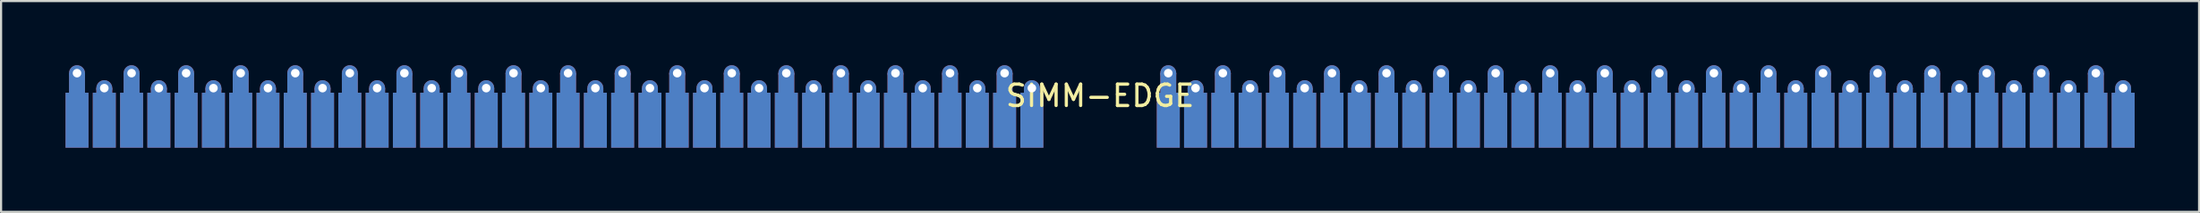
<source format=kicad_pcb>
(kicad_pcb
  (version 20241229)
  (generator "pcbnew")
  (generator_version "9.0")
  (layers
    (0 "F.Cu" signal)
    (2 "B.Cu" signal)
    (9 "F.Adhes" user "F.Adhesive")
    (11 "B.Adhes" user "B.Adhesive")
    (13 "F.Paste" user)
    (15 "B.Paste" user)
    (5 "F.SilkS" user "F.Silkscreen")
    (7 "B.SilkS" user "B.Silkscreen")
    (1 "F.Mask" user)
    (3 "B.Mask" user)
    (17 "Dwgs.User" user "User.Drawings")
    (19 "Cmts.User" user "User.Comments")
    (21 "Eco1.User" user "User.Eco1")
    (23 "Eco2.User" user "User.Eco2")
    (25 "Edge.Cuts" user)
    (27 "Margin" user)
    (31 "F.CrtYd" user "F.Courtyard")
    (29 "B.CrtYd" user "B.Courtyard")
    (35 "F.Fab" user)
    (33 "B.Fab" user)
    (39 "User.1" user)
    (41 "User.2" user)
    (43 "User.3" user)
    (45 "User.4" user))
  (footprint "SIMM-EDGE"
    (layer "F.Cu")
    (at 48.16 1.927)
    (property "Reference" "SIMM-EDGE" (at 0 -0.5 0) (unlocked yes) (layer "F.SilkS") (effects (font (size 1 1) (thickness 0.15))))
    (attr smd)
    (pad "1" thru_hole circle (at 47.625 -0.857) (size 0.741 0.741) (drill 0.399) (layers "*.Cu" "*.Mask"))
    (pad "1" connect rect (at 47.625 0.427) (size 0.741 2.569) (layers "F.Cu" "F.Mask"))
    (pad "1" connect rect (at 47.625 0.427) (size 0.741 2.569) (layers "B.Cu" "B.Mask"))
    (pad "1" connect rect (at 47.625 0.643) (size 1.07 2.569) (layers "F.Cu" "F.Mask"))
    (pad "1" connect rect (at 47.625 0.643) (size 1.07 2.569) (layers "B.Cu" "B.Mask"))
    (pad "2" thru_hole circle (at 46.355 -1.557) (size 0.741 0.741) (drill 0.399) (layers "*.Cu" "*.Mask"))
    (pad "2" connect rect (at 46.355 -0.273) (size 0.741 2.569) (layers "F.Cu" "F.Mask"))
    (pad "2" connect rect (at 46.355 -0.273) (size 0.741 2.569) (layers "B.Cu" "B.Mask"))
    (pad "2" connect rect (at 46.355 0.643) (size 1.07 2.569) (layers "F.Cu" "F.Mask"))
    (pad "2" connect rect (at 46.355 0.643) (size 1.07 2.569) (layers "B.Cu" "B.Mask"))
    (pad "3" thru_hole circle (at 45.085 -0.857) (size 0.741 0.741) (drill 0.399) (layers "*.Cu" "*.Mask"))
    (pad "3" connect rect (at 45.085 0.427) (size 0.741 2.569) (layers "F.Cu" "F.Mask"))
    (pad "3" connect rect (at 45.085 0.427) (size 0.741 2.569) (layers "B.Cu" "B.Mask"))
    (pad "3" connect rect (at 45.085 0.643) (size 1.07 2.569) (layers "F.Cu" "F.Mask"))
    (pad "3" connect rect (at 45.085 0.643) (size 1.07 2.569) (layers "B.Cu" "B.Mask"))
    (pad "4" thru_hole circle (at 43.815 -1.557) (size 0.741 0.741) (drill 0.399) (layers "*.Cu" "*.Mask"))
    (pad "4" connect rect (at 43.815 -0.273) (size 0.741 2.569) (layers "F.Cu" "F.Mask"))
    (pad "4" connect rect (at 43.815 -0.273) (size 0.741 2.569) (layers "B.Cu" "B.Mask"))
    (pad "4" connect rect (at 43.815 0.643) (size 1.07 2.569) (layers "F.Cu" "F.Mask"))
    (pad "4" connect rect (at 43.815 0.643) (size 1.07 2.569) (layers "B.Cu" "B.Mask"))
    (pad "5" thru_hole circle (at 42.545 -0.857) (size 0.741 0.741) (drill 0.399) (layers "*.Cu" "*.Mask"))
    (pad "5" connect rect (at 42.545 0.427) (size 0.741 2.569) (layers "F.Cu" "F.Mask"))
    (pad "5" connect rect (at 42.545 0.427) (size 0.741 2.569) (layers "B.Cu" "B.Mask"))
    (pad "5" connect rect (at 42.545 0.643) (size 1.07 2.569) (layers "F.Cu" "F.Mask"))
    (pad "5" connect rect (at 42.545 0.643) (size 1.07 2.569) (layers "B.Cu" "B.Mask"))
    (pad "6" thru_hole circle (at 41.275 -1.557) (size 0.741 0.741) (drill 0.399) (layers "*.Cu" "*.Mask"))
    (pad "6" connect rect (at 41.275 -0.273) (size 0.741 2.569) (layers "F.Cu" "F.Mask"))
    (pad "6" connect rect (at 41.275 -0.273) (size 0.741 2.569) (layers "B.Cu" "B.Mask"))
    (pad "6" connect rect (at 41.275 0.643) (size 1.07 2.569) (layers "F.Cu" "F.Mask"))
    (pad "6" connect rect (at 41.275 0.643) (size 1.07 2.569) (layers "B.Cu" "B.Mask"))
    (pad "7" thru_hole circle (at 40.005 -0.857) (size 0.741 0.741) (drill 0.399) (layers "*.Cu" "*.Mask"))
    (pad "7" connect rect (at 40.005 0.427) (size 0.741 2.569) (layers "F.Cu" "F.Mask"))
    (pad "7" connect rect (at 40.005 0.427) (size 0.741 2.569) (layers "B.Cu" "B.Mask"))
    (pad "7" connect rect (at 40.005 0.643) (size 1.07 2.569) (layers "F.Cu" "F.Mask"))
    (pad "7" connect rect (at 40.005 0.643) (size 1.07 2.569) (layers "B.Cu" "B.Mask"))
    (pad "8" thru_hole circle (at 38.735 -1.557) (size 0.741 0.741) (drill 0.399) (layers "*.Cu" "*.Mask"))
    (pad "8" connect rect (at 38.735 -0.273) (size 0.741 2.569) (layers "F.Cu" "F.Mask"))
    (pad "8" connect rect (at 38.735 -0.273) (size 0.741 2.569) (layers "B.Cu" "B.Mask"))
    (pad "8" connect rect (at 38.735 0.643) (size 1.07 2.569) (layers "F.Cu" "F.Mask"))
    (pad "8" connect rect (at 38.735 0.643) (size 1.07 2.569) (layers "B.Cu" "B.Mask"))
    (pad "9" thru_hole circle (at 37.465 -0.857) (size 0.741 0.741) (drill 0.399) (layers "*.Cu" "*.Mask"))
    (pad "9" connect rect (at 37.465 0.427) (size 0.741 2.569) (layers "F.Cu" "F.Mask"))
    (pad "9" connect rect (at 37.465 0.427) (size 0.741 2.569) (layers "B.Cu" "B.Mask"))
    (pad "9" connect rect (at 37.465 0.643) (size 1.07 2.569) (layers "F.Cu" "F.Mask"))
    (pad "9" connect rect (at 37.465 0.643) (size 1.07 2.569) (layers "B.Cu" "B.Mask"))
    (pad "10" thru_hole circle (at 36.195 -1.557) (size 0.741 0.741) (drill 0.399) (layers "*.Cu" "*.Mask"))
    (pad "10" connect rect (at 36.195 -0.273) (size 0.741 2.569) (layers "F.Cu" "F.Mask"))
    (pad "10" connect rect (at 36.195 -0.273) (size 0.741 2.569) (layers "B.Cu" "B.Mask"))
    (pad "10" connect rect (at 36.195 0.643) (size 1.07 2.569) (layers "F.Cu" "F.Mask"))
    (pad "10" connect rect (at 36.195 0.643) (size 1.07 2.569) (layers "B.Cu" "B.Mask"))
    (pad "11" thru_hole circle (at 34.925 -0.857) (size 0.741 0.741) (drill 0.399) (layers "*.Cu" "*.Mask"))
    (pad "11" connect rect (at 34.925 0.427) (size 0.741 2.569) (layers "F.Cu" "F.Mask"))
    (pad "11" connect rect (at 34.925 0.427) (size 0.741 2.569) (layers "B.Cu" "B.Mask"))
    (pad "11" connect rect (at 34.925 0.643) (size 1.07 2.569) (layers "F.Cu" "F.Mask"))
    (pad "11" connect rect (at 34.925 0.643) (size 1.07 2.569) (layers "B.Cu" "B.Mask"))
    (pad "12" thru_hole circle (at 33.655 -1.557) (size 0.741 0.741) (drill 0.399) (layers "*.Cu" "*.Mask"))
    (pad "12" connect rect (at 33.655 -0.273) (size 0.741 2.569) (layers "F.Cu" "F.Mask"))
    (pad "12" connect rect (at 33.655 -0.273) (size 0.741 2.569) (layers "B.Cu" "B.Mask"))
    (pad "12" connect rect (at 33.655 0.643) (size 1.07 2.569) (layers "F.Cu" "F.Mask"))
    (pad "12" connect rect (at 33.655 0.643) (size 1.07 2.569) (layers "B.Cu" "B.Mask"))
    (pad "13" thru_hole circle (at 32.385 -0.857) (size 0.741 0.741) (drill 0.399) (layers "*.Cu" "*.Mask"))
    (pad "13" connect rect (at 32.385 0.427) (size 0.741 2.569) (layers "F.Cu" "F.Mask"))
    (pad "13" connect rect (at 32.385 0.427) (size 0.741 2.569) (layers "B.Cu" "B.Mask"))
    (pad "13" connect rect (at 32.385 0.643) (size 1.07 2.569) (layers "F.Cu" "F.Mask"))
    (pad "13" connect rect (at 32.385 0.643) (size 1.07 2.569) (layers "B.Cu" "B.Mask"))
    (pad "14" thru_hole circle (at 31.115 -1.557) (size 0.741 0.741) (drill 0.399) (layers "*.Cu" "*.Mask"))
    (pad "14" connect rect (at 31.115 -0.273) (size 0.741 2.569) (layers "F.Cu" "F.Mask"))
    (pad "14" connect rect (at 31.115 -0.273) (size 0.741 2.569) (layers "B.Cu" "B.Mask"))
    (pad "14" connect rect (at 31.115 0.643) (size 1.07 2.569) (layers "F.Cu" "F.Mask"))
    (pad "14" connect rect (at 31.115 0.643) (size 1.07 2.569) (layers "B.Cu" "B.Mask"))
    (pad "15" thru_hole circle (at 29.845 -0.857) (size 0.741 0.741) (drill 0.399) (layers "*.Cu" "*.Mask"))
    (pad "15" connect rect (at 29.845 0.427) (size 0.741 2.569) (layers "F.Cu" "F.Mask"))
    (pad "15" connect rect (at 29.845 0.427) (size 0.741 2.569) (layers "B.Cu" "B.Mask"))
    (pad "15" connect rect (at 29.845 0.643) (size 1.07 2.569) (layers "F.Cu" "F.Mask"))
    (pad "15" connect rect (at 29.845 0.643) (size 1.07 2.569) (layers "B.Cu" "B.Mask"))
    (pad "16" thru_hole circle (at 28.575 -1.557) (size 0.741 0.741) (drill 0.399) (layers "*.Cu" "*.Mask"))
    (pad "16" connect rect (at 28.575 -0.273) (size 0.741 2.569) (layers "F.Cu" "F.Mask"))
    (pad "16" connect rect (at 28.575 -0.273) (size 0.741 2.569) (layers "B.Cu" "B.Mask"))
    (pad "16" connect rect (at 28.575 0.643) (size 1.07 2.569) (layers "F.Cu" "F.Mask"))
    (pad "16" connect rect (at 28.575 0.643) (size 1.07 2.569) (layers "B.Cu" "B.Mask"))
    (pad "17" thru_hole circle (at 27.305 -0.857) (size 0.741 0.741) (drill 0.399) (layers "*.Cu" "*.Mask"))
    (pad "17" connect rect (at 27.305 0.427) (size 0.741 2.569) (layers "F.Cu" "F.Mask"))
    (pad "17" connect rect (at 27.305 0.427) (size 0.741 2.569) (layers "B.Cu" "B.Mask"))
    (pad "17" connect rect (at 27.305 0.643) (size 1.07 2.569) (layers "F.Cu" "F.Mask"))
    (pad "17" connect rect (at 27.305 0.643) (size 1.07 2.569) (layers "B.Cu" "B.Mask"))
    (pad "18" thru_hole circle (at 26.035 -1.557) (size 0.741 0.741) (drill 0.399) (layers "*.Cu" "*.Mask"))
    (pad "18" connect rect (at 26.035 -0.273) (size 0.741 2.569) (layers "F.Cu" "F.Mask"))
    (pad "18" connect rect (at 26.035 -0.273) (size 0.741 2.569) (layers "B.Cu" "B.Mask"))
    (pad "18" connect rect (at 26.035 0.643) (size 1.07 2.569) (layers "F.Cu" "F.Mask"))
    (pad "18" connect rect (at 26.035 0.643) (size 1.07 2.569) (layers "B.Cu" "B.Mask"))
    (pad "19" thru_hole circle (at 24.765 -0.857) (size 0.741 0.741) (drill 0.399) (layers "*.Cu" "*.Mask"))
    (pad "19" connect rect (at 24.765 0.427) (size 0.741 2.569) (layers "F.Cu" "F.Mask"))
    (pad "19" connect rect (at 24.765 0.427) (size 0.741 2.569) (layers "B.Cu" "B.Mask"))
    (pad "19" connect rect (at 24.765 0.643) (size 1.07 2.569) (layers "F.Cu" "F.Mask"))
    (pad "19" connect rect (at 24.765 0.643) (size 1.07 2.569) (layers "B.Cu" "B.Mask"))
    (pad "20" thru_hole circle (at 23.495 -1.557) (size 0.741 0.741) (drill 0.399) (layers "*.Cu" "*.Mask"))
    (pad "20" connect rect (at 23.495 -0.273) (size 0.741 2.569) (layers "F.Cu" "F.Mask"))
    (pad "20" connect rect (at 23.495 -0.273) (size 0.741 2.569) (layers "B.Cu" "B.Mask"))
    (pad "20" connect rect (at 23.495 0.643) (size 1.07 2.569) (layers "F.Cu" "F.Mask"))
    (pad "20" connect rect (at 23.495 0.643) (size 1.07 2.569) (layers "B.Cu" "B.Mask"))
    (pad "21" thru_hole circle (at 22.225 -0.857) (size 0.741 0.741) (drill 0.399) (layers "*.Cu" "*.Mask"))
    (pad "21" connect rect (at 22.225 0.427) (size 0.741 2.569) (layers "F.Cu" "F.Mask"))
    (pad "21" connect rect (at 22.225 0.427) (size 0.741 2.569) (layers "B.Cu" "B.Mask"))
    (pad "21" connect rect (at 22.225 0.643) (size 1.07 2.569) (layers "F.Cu" "F.Mask"))
    (pad "21" connect rect (at 22.225 0.643) (size 1.07 2.569) (layers "B.Cu" "B.Mask"))
    (pad "22" thru_hole circle (at 20.955 -1.557) (size 0.741 0.741) (drill 0.399) (layers "*.Cu" "*.Mask"))
    (pad "22" connect rect (at 20.955 -0.273) (size 0.741 2.569) (layers "F.Cu" "F.Mask"))
    (pad "22" connect rect (at 20.955 -0.273) (size 0.741 2.569) (layers "B.Cu" "B.Mask"))
    (pad "22" connect rect (at 20.955 0.643) (size 1.07 2.569) (layers "F.Cu" "F.Mask"))
    (pad "22" connect rect (at 20.955 0.643) (size 1.07 2.569) (layers "B.Cu" "B.Mask"))
    (pad "23" thru_hole circle (at 19.685 -0.857) (size 0.741 0.741) (drill 0.399) (layers "*.Cu" "*.Mask"))
    (pad "23" connect rect (at 19.685 0.427) (size 0.741 2.569) (layers "F.Cu" "F.Mask"))
    (pad "23" connect rect (at 19.685 0.427) (size 0.741 2.569) (layers "B.Cu" "B.Mask"))
    (pad "23" connect rect (at 19.685 0.643) (size 1.07 2.569) (layers "F.Cu" "F.Mask"))
    (pad "23" connect rect (at 19.685 0.643) (size 1.07 2.569) (layers "B.Cu" "B.Mask"))
    (pad "24" thru_hole circle (at 18.415 -1.557) (size 0.741 0.741) (drill 0.399) (layers "*.Cu" "*.Mask"))
    (pad "24" connect rect (at 18.415 -0.273) (size 0.741 2.569) (layers "F.Cu" "F.Mask"))
    (pad "24" connect rect (at 18.415 -0.273) (size 0.741 2.569) (layers "B.Cu" "B.Mask"))
    (pad "24" connect rect (at 18.415 0.643) (size 1.07 2.569) (layers "F.Cu" "F.Mask"))
    (pad "24" connect rect (at 18.415 0.643) (size 1.07 2.569) (layers "B.Cu" "B.Mask"))
    (pad "25" thru_hole circle (at 17.145 -0.857) (size 0.741 0.741) (drill 0.399) (layers "*.Cu" "*.Mask"))
    (pad "25" connect rect (at 17.145 0.427) (size 0.741 2.569) (layers "F.Cu" "F.Mask"))
    (pad "25" connect rect (at 17.145 0.427) (size 0.741 2.569) (layers "B.Cu" "B.Mask"))
    (pad "25" connect rect (at 17.145 0.643) (size 1.07 2.569) (layers "F.Cu" "F.Mask"))
    (pad "25" connect rect (at 17.145 0.643) (size 1.07 2.569) (layers "B.Cu" "B.Mask"))
    (pad "26" thru_hole circle (at 15.875 -1.557) (size 0.741 0.741) (drill 0.399) (layers "*.Cu" "*.Mask"))
    (pad "26" connect rect (at 15.875 -0.273) (size 0.741 2.569) (layers "F.Cu" "F.Mask"))
    (pad "26" connect rect (at 15.875 -0.273) (size 0.741 2.569) (layers "B.Cu" "B.Mask"))
    (pad "26" connect rect (at 15.875 0.643) (size 1.07 2.569) (layers "F.Cu" "F.Mask"))
    (pad "26" connect rect (at 15.875 0.643) (size 1.07 2.569) (layers "B.Cu" "B.Mask"))
    (pad "27" thru_hole circle (at 14.605 -0.857) (size 0.741 0.741) (drill 0.399) (layers "*.Cu" "*.Mask"))
    (pad "27" connect rect (at 14.605 0.427) (size 0.741 2.569) (layers "F.Cu" "F.Mask"))
    (pad "27" connect rect (at 14.605 0.427) (size 0.741 2.569) (layers "B.Cu" "B.Mask"))
    (pad "27" connect rect (at 14.605 0.643) (size 1.07 2.569) (layers "F.Cu" "F.Mask"))
    (pad "27" connect rect (at 14.605 0.643) (size 1.07 2.569) (layers "B.Cu" "B.Mask"))
    (pad "28" thru_hole circle (at 13.335 -1.557) (size 0.741 0.741) (drill 0.399) (layers "*.Cu" "*.Mask"))
    (pad "28" connect rect (at 13.335 -0.273) (size 0.741 2.569) (layers "F.Cu" "F.Mask"))
    (pad "28" connect rect (at 13.335 -0.273) (size 0.741 2.569) (layers "B.Cu" "B.Mask"))
    (pad "28" connect rect (at 13.335 0.643) (size 1.07 2.569) (layers "F.Cu" "F.Mask"))
    (pad "28" connect rect (at 13.335 0.643) (size 1.07 2.569) (layers "B.Cu" "B.Mask"))
    (pad "29" thru_hole circle (at 12.065 -0.857) (size 0.741 0.741) (drill 0.399) (layers "*.Cu" "*.Mask"))
    (pad "29" connect rect (at 12.065 0.427) (size 0.741 2.569) (layers "F.Cu" "F.Mask"))
    (pad "29" connect rect (at 12.065 0.427) (size 0.741 2.569) (layers "B.Cu" "B.Mask"))
    (pad "29" connect rect (at 12.065 0.643) (size 1.07 2.569) (layers "F.Cu" "F.Mask"))
    (pad "29" connect rect (at 12.065 0.643) (size 1.07 2.569) (layers "B.Cu" "B.Mask"))
    (pad "30" thru_hole circle (at 10.795 -1.557) (size 0.741 0.741) (drill 0.399) (layers "*.Cu" "*.Mask"))
    (pad "30" connect rect (at 10.795 -0.273) (size 0.741 2.569) (layers "F.Cu" "F.Mask"))
    (pad "30" connect rect (at 10.795 -0.273) (size 0.741 2.569) (layers "B.Cu" "B.Mask"))
    (pad "30" connect rect (at 10.795 0.643) (size 1.07 2.569) (layers "F.Cu" "F.Mask"))
    (pad "30" connect rect (at 10.795 0.643) (size 1.07 2.569) (layers "B.Cu" "B.Mask"))
    (pad "31" thru_hole circle (at 9.525 -0.857) (size 0.741 0.741) (drill 0.399) (layers "*.Cu" "*.Mask"))
    (pad "31" connect rect (at 9.525 0.427) (size 0.741 2.569) (layers "F.Cu" "F.Mask"))
    (pad "31" connect rect (at 9.525 0.427) (size 0.741 2.569) (layers "B.Cu" "B.Mask"))
    (pad "31" connect rect (at 9.525 0.643) (size 1.07 2.569) (layers "F.Cu" "F.Mask"))
    (pad "31" connect rect (at 9.525 0.643) (size 1.07 2.569) (layers "B.Cu" "B.Mask"))
    (pad "32" thru_hole circle (at 8.255 -1.557) (size 0.741 0.741) (drill 0.399) (layers "*.Cu" "*.Mask"))
    (pad "32" connect rect (at 8.255 -0.273) (size 0.741 2.569) (layers "F.Cu" "F.Mask"))
    (pad "32" connect rect (at 8.255 -0.273) (size 0.741 2.569) (layers "B.Cu" "B.Mask"))
    (pad "32" connect rect (at 8.255 0.643) (size 1.07 2.569) (layers "F.Cu" "F.Mask"))
    (pad "32" connect rect (at 8.255 0.643) (size 1.07 2.569) (layers "B.Cu" "B.Mask"))
    (pad "33" thru_hole circle (at 6.985 -0.857) (size 0.741 0.741) (drill 0.399) (layers "*.Cu" "*.Mask"))
    (pad "33" connect rect (at 6.985 0.427) (size 0.741 2.569) (layers "F.Cu" "F.Mask"))
    (pad "33" connect rect (at 6.985 0.427) (size 0.741 2.569) (layers "B.Cu" "B.Mask"))
    (pad "33" connect rect (at 6.985 0.643) (size 1.07 2.569) (layers "F.Cu" "F.Mask"))
    (pad "33" connect rect (at 6.985 0.643) (size 1.07 2.569) (layers "B.Cu" "B.Mask"))
    (pad "34" thru_hole circle (at 5.715 -1.557) (size 0.741 0.741) (drill 0.399) (layers "*.Cu" "*.Mask"))
    (pad "34" connect rect (at 5.715 -0.273) (size 0.741 2.569) (layers "F.Cu" "F.Mask"))
    (pad "34" connect rect (at 5.715 -0.273) (size 0.741 2.569) (layers "B.Cu" "B.Mask"))
    (pad "34" connect rect (at 5.715 0.643) (size 1.07 2.569) (layers "F.Cu" "F.Mask"))
    (pad "34" connect rect (at 5.715 0.643) (size 1.07 2.569) (layers "B.Cu" "B.Mask"))
    (pad "35" thru_hole circle (at 4.445 -0.857) (size 0.741 0.741) (drill 0.399) (layers "*.Cu" "*.Mask"))
    (pad "35" connect rect (at 4.445 0.427) (size 0.741 2.569) (layers "F.Cu" "F.Mask"))
    (pad "35" connect rect (at 4.445 0.427) (size 0.741 2.569) (layers "B.Cu" "B.Mask"))
    (pad "35" connect rect (at 4.445 0.643) (size 1.07 2.569) (layers "F.Cu" "F.Mask"))
    (pad "35" connect rect (at 4.445 0.643) (size 1.07 2.569) (layers "B.Cu" "B.Mask"))
    (pad "36" thru_hole circle (at 3.175 -1.557) (size 0.741 0.741) (drill 0.399) (layers "*.Cu" "*.Mask"))
    (pad "36" connect rect (at 3.175 -0.273) (size 0.741 2.569) (layers "F.Cu" "F.Mask"))
    (pad "36" connect rect (at 3.175 -0.273) (size 0.741 2.569) (layers "B.Cu" "B.Mask"))
    (pad "36" connect rect (at 3.175 0.643) (size 1.07 2.569) (layers "F.Cu" "F.Mask"))
    (pad "36" connect rect (at 3.175 0.643) (size 1.07 2.569) (layers "B.Cu" "B.Mask"))
    (pad "37" thru_hole circle (at -3.175 -0.857) (size 0.741 0.741) (drill 0.399) (layers "*.Cu" "*.Mask"))
    (pad "37" connect rect (at -3.175 0.427) (size 0.741 2.569) (layers "F.Cu" "F.Mask"))
    (pad "37" connect rect (at -3.175 0.427) (size 0.741 2.569) (layers "B.Cu" "B.Mask"))
    (pad "37" connect rect (at -3.175 0.643) (size 1.07 2.569) (layers "F.Cu" "F.Mask"))
    (pad "37" connect rect (at -3.175 0.643) (size 1.07 2.569) (layers "B.Cu" "B.Mask"))
    (pad "38" thru_hole circle (at -4.445 -1.557) (size 0.741 0.741) (drill 0.399) (layers "*.Cu" "*.Mask"))
    (pad "38" connect rect (at -4.445 -0.273) (size 0.741 2.569) (layers "F.Cu" "F.Mask"))
    (pad "38" connect rect (at -4.445 -0.273) (size 0.741 2.569) (layers "B.Cu" "B.Mask"))
    (pad "38" connect rect (at -4.445 0.643) (size 1.07 2.569) (layers "F.Cu" "F.Mask"))
    (pad "38" connect rect (at -4.445 0.643) (size 1.07 2.569) (layers "B.Cu" "B.Mask"))
    (pad "39" thru_hole circle (at -5.715 -0.857) (size 0.741 0.741) (drill 0.399) (layers "*.Cu" "*.Mask"))
    (pad "39" connect rect (at -5.715 0.427) (size 0.741 2.569) (layers "F.Cu" "F.Mask"))
    (pad "39" connect rect (at -5.715 0.427) (size 0.741 2.569) (layers "B.Cu" "B.Mask"))
    (pad "39" connect rect (at -5.715 0.643) (size 1.07 2.569) (layers "F.Cu" "F.Mask"))
    (pad "39" connect rect (at -5.715 0.643) (size 1.07 2.569) (layers "B.Cu" "B.Mask"))
    (pad "40" thru_hole circle (at -6.985 -1.557) (size 0.741 0.741) (drill 0.399) (layers "*.Cu" "*.Mask"))
    (pad "40" connect rect (at -6.985 -0.273) (size 0.741 2.569) (layers "F.Cu" "F.Mask"))
    (pad "40" connect rect (at -6.985 -0.273) (size 0.741 2.569) (layers "B.Cu" "B.Mask"))
    (pad "40" connect rect (at -6.985 0.643) (size 1.07 2.569) (layers "F.Cu" "F.Mask"))
    (pad "40" connect rect (at -6.985 0.643) (size 1.07 2.569) (layers "B.Cu" "B.Mask"))
    (pad "41" thru_hole circle (at -8.255 -0.857) (size 0.741 0.741) (drill 0.399) (layers "*.Cu" "*.Mask"))
    (pad "41" connect rect (at -8.255 0.427) (size 0.741 2.569) (layers "F.Cu" "F.Mask"))
    (pad "41" connect rect (at -8.255 0.427) (size 0.741 2.569) (layers "B.Cu" "B.Mask"))
    (pad "41" connect rect (at -8.255 0.643) (size 1.07 2.569) (layers "F.Cu" "F.Mask"))
    (pad "41" connect rect (at -8.255 0.643) (size 1.07 2.569) (layers "B.Cu" "B.Mask"))
    (pad "42" thru_hole circle (at -9.525 -1.557) (size 0.741 0.741) (drill 0.399) (layers "*.Cu" "*.Mask"))
    (pad "42" connect rect (at -9.525 -0.273) (size 0.741 2.569) (layers "F.Cu" "F.Mask"))
    (pad "42" connect rect (at -9.525 -0.273) (size 0.741 2.569) (layers "B.Cu" "B.Mask"))
    (pad "42" connect rect (at -9.525 0.643) (size 1.07 2.569) (layers "F.Cu" "F.Mask"))
    (pad "42" connect rect (at -9.525 0.643) (size 1.07 2.569) (layers "B.Cu" "B.Mask"))
    (pad "43" thru_hole circle (at -10.795 -0.857) (size 0.741 0.741) (drill 0.399) (layers "*.Cu" "*.Mask"))
    (pad "43" connect rect (at -10.795 0.427) (size 0.741 2.569) (layers "F.Cu" "F.Mask"))
    (pad "43" connect rect (at -10.795 0.427) (size 0.741 2.569) (layers "B.Cu" "B.Mask"))
    (pad "43" connect rect (at -10.795 0.643) (size 1.07 2.569) (layers "F.Cu" "F.Mask"))
    (pad "43" connect rect (at -10.795 0.643) (size 1.07 2.569) (layers "B.Cu" "B.Mask"))
    (pad "44" thru_hole circle (at -12.065 -1.557) (size 0.741 0.741) (drill 0.399) (layers "*.Cu" "*.Mask"))
    (pad "44" connect rect (at -12.065 -0.273) (size 0.741 2.569) (layers "F.Cu" "F.Mask"))
    (pad "44" connect rect (at -12.065 -0.273) (size 0.741 2.569) (layers "B.Cu" "B.Mask"))
    (pad "44" connect rect (at -12.065 0.643) (size 1.07 2.569) (layers "F.Cu" "F.Mask"))
    (pad "44" connect rect (at -12.065 0.643) (size 1.07 2.569) (layers "B.Cu" "B.Mask"))
    (pad "45" thru_hole circle (at -13.335 -0.857) (size 0.741 0.741) (drill 0.399) (layers "*.Cu" "*.Mask"))
    (pad "45" connect rect (at -13.335 0.427) (size 0.741 2.569) (layers "F.Cu" "F.Mask"))
    (pad "45" connect rect (at -13.335 0.427) (size 0.741 2.569) (layers "B.Cu" "B.Mask"))
    (pad "45" connect rect (at -13.335 0.643) (size 1.07 2.569) (layers "F.Cu" "F.Mask"))
    (pad "45" connect rect (at -13.335 0.643) (size 1.07 2.569) (layers "B.Cu" "B.Mask"))
    (pad "46" thru_hole circle (at -14.605 -1.557) (size 0.741 0.741) (drill 0.399) (layers "*.Cu" "*.Mask"))
    (pad "46" connect rect (at -14.605 -0.273) (size 0.741 2.569) (layers "F.Cu" "F.Mask"))
    (pad "46" connect rect (at -14.605 -0.273) (size 0.741 2.569) (layers "B.Cu" "B.Mask"))
    (pad "46" connect rect (at -14.605 0.643) (size 1.07 2.569) (layers "F.Cu" "F.Mask"))
    (pad "46" connect rect (at -14.605 0.643) (size 1.07 2.569) (layers "B.Cu" "B.Mask"))
    (pad "47" thru_hole circle (at -15.875 -0.857) (size 0.741 0.741) (drill 0.399) (layers "*.Cu" "*.Mask"))
    (pad "47" connect rect (at -15.875 0.427) (size 0.741 2.569) (layers "F.Cu" "F.Mask"))
    (pad "47" connect rect (at -15.875 0.427) (size 0.741 2.569) (layers "B.Cu" "B.Mask"))
    (pad "47" connect rect (at -15.875 0.643) (size 1.07 2.569) (layers "F.Cu" "F.Mask"))
    (pad "47" connect rect (at -15.875 0.643) (size 1.07 2.569) (layers "B.Cu" "B.Mask"))
    (pad "48" thru_hole circle (at -17.145 -1.557) (size 0.741 0.741) (drill 0.399) (layers "*.Cu" "*.Mask"))
    (pad "48" connect rect (at -17.145 -0.273) (size 0.741 2.569) (layers "F.Cu" "F.Mask"))
    (pad "48" connect rect (at -17.145 -0.273) (size 0.741 2.569) (layers "B.Cu" "B.Mask"))
    (pad "48" connect rect (at -17.145 0.643) (size 1.07 2.569) (layers "F.Cu" "F.Mask"))
    (pad "48" connect rect (at -17.145 0.643) (size 1.07 2.569) (layers "B.Cu" "B.Mask"))
    (pad "49" thru_hole circle (at -18.415 -0.857) (size 0.741 0.741) (drill 0.399) (layers "*.Cu" "*.Mask"))
    (pad "49" connect rect (at -18.415 0.427) (size 0.741 2.569) (layers "F.Cu" "F.Mask"))
    (pad "49" connect rect (at -18.415 0.427) (size 0.741 2.569) (layers "B.Cu" "B.Mask"))
    (pad "49" connect rect (at -18.415 0.643) (size 1.07 2.569) (layers "F.Cu" "F.Mask"))
    (pad "49" connect rect (at -18.415 0.643) (size 1.07 2.569) (layers "B.Cu" "B.Mask"))
    (pad "50" thru_hole circle (at -19.685 -1.557) (size 0.741 0.741) (drill 0.399) (layers "*.Cu" "*.Mask"))
    (pad "50" connect rect (at -19.685 -0.273) (size 0.741 2.569) (layers "F.Cu" "F.Mask"))
    (pad "50" connect rect (at -19.685 -0.273) (size 0.741 2.569) (layers "B.Cu" "B.Mask"))
    (pad "50" connect rect (at -19.685 0.643) (size 1.07 2.569) (layers "F.Cu" "F.Mask"))
    (pad "50" connect rect (at -19.685 0.643) (size 1.07 2.569) (layers "B.Cu" "B.Mask"))
    (pad "51" thru_hole circle (at -20.955 -0.857) (size 0.741 0.741) (drill 0.399) (layers "*.Cu" "*.Mask"))
    (pad "51" connect rect (at -20.955 0.427) (size 0.741 2.569) (layers "F.Cu" "F.Mask"))
    (pad "51" connect rect (at -20.955 0.427) (size 0.741 2.569) (layers "B.Cu" "B.Mask"))
    (pad "51" connect rect (at -20.955 0.643) (size 1.07 2.569) (layers "F.Cu" "F.Mask"))
    (pad "51" connect rect (at -20.955 0.643) (size 1.07 2.569) (layers "B.Cu" "B.Mask"))
    (pad "52" thru_hole circle (at -22.225 -1.557) (size 0.741 0.741) (drill 0.399) (layers "*.Cu" "*.Mask"))
    (pad "52" connect rect (at -22.225 -0.273) (size 0.741 2.569) (layers "F.Cu" "F.Mask"))
    (pad "52" connect rect (at -22.225 -0.273) (size 0.741 2.569) (layers "B.Cu" "B.Mask"))
    (pad "52" connect rect (at -22.225 0.643) (size 1.07 2.569) (layers "F.Cu" "F.Mask"))
    (pad "52" connect rect (at -22.225 0.643) (size 1.07 2.569) (layers "B.Cu" "B.Mask"))
    (pad "53" thru_hole circle (at -23.495 -0.857) (size 0.741 0.741) (drill 0.399) (layers "*.Cu" "*.Mask"))
    (pad "53" connect rect (at -23.495 0.427) (size 0.741 2.569) (layers "F.Cu" "F.Mask"))
    (pad "53" connect rect (at -23.495 0.427) (size 0.741 2.569) (layers "B.Cu" "B.Mask"))
    (pad "53" connect rect (at -23.495 0.643) (size 1.07 2.569) (layers "F.Cu" "F.Mask"))
    (pad "53" connect rect (at -23.495 0.643) (size 1.07 2.569) (layers "B.Cu" "B.Mask"))
    (pad "54" thru_hole circle (at -24.765 -1.557) (size 0.741 0.741) (drill 0.399) (layers "*.Cu" "*.Mask"))
    (pad "54" connect rect (at -24.765 -0.273) (size 0.741 2.569) (layers "F.Cu" "F.Mask"))
    (pad "54" connect rect (at -24.765 -0.273) (size 0.741 2.569) (layers "B.Cu" "B.Mask"))
    (pad "54" connect rect (at -24.765 0.643) (size 1.07 2.569) (layers "F.Cu" "F.Mask"))
    (pad "54" connect rect (at -24.765 0.643) (size 1.07 2.569) (layers "B.Cu" "B.Mask"))
    (pad "55" thru_hole circle (at -26.035 -0.857) (size 0.741 0.741) (drill 0.399) (layers "*.Cu" "*.Mask"))
    (pad "55" connect rect (at -26.035 0.427) (size 0.741 2.569) (layers "F.Cu" "F.Mask"))
    (pad "55" connect rect (at -26.035 0.427) (size 0.741 2.569) (layers "B.Cu" "B.Mask"))
    (pad "55" connect rect (at -26.035 0.643) (size 1.07 2.569) (layers "F.Cu" "F.Mask"))
    (pad "55" connect rect (at -26.035 0.643) (size 1.07 2.569) (layers "B.Cu" "B.Mask"))
    (pad "56" thru_hole circle (at -27.305 -1.557) (size 0.741 0.741) (drill 0.399) (layers "*.Cu" "*.Mask"))
    (pad "56" connect rect (at -27.305 -0.273) (size 0.741 2.569) (layers "F.Cu" "F.Mask"))
    (pad "56" connect rect (at -27.305 -0.273) (size 0.741 2.569) (layers "B.Cu" "B.Mask"))
    (pad "56" connect rect (at -27.305 0.643) (size 1.07 2.569) (layers "F.Cu" "F.Mask"))
    (pad "56" connect rect (at -27.305 0.643) (size 1.07 2.569) (layers "B.Cu" "B.Mask"))
    (pad "57" thru_hole circle (at -28.575 -0.857) (size 0.741 0.741) (drill 0.399) (layers "*.Cu" "*.Mask"))
    (pad "57" connect rect (at -28.575 0.427) (size 0.741 2.569) (layers "F.Cu" "F.Mask"))
    (pad "57" connect rect (at -28.575 0.427) (size 0.741 2.569) (layers "B.Cu" "B.Mask"))
    (pad "57" connect rect (at -28.575 0.643) (size 1.07 2.569) (layers "F.Cu" "F.Mask"))
    (pad "57" connect rect (at -28.575 0.643) (size 1.07 2.569) (layers "B.Cu" "B.Mask"))
    (pad "58" thru_hole circle (at -29.845 -1.557) (size 0.741 0.741) (drill 0.399) (layers "*.Cu" "*.Mask"))
    (pad "58" connect rect (at -29.845 -0.273) (size 0.741 2.569) (layers "F.Cu" "F.Mask"))
    (pad "58" connect rect (at -29.845 -0.273) (size 0.741 2.569) (layers "B.Cu" "B.Mask"))
    (pad "58" connect rect (at -29.845 0.643) (size 1.07 2.569) (layers "F.Cu" "F.Mask"))
    (pad "58" connect rect (at -29.845 0.643) (size 1.07 2.569) (layers "B.Cu" "B.Mask"))
    (pad "59" thru_hole circle (at -31.115 -0.857) (size 0.741 0.741) (drill 0.399) (layers "*.Cu" "*.Mask"))
    (pad "59" connect rect (at -31.115 0.427) (size 0.741 2.569) (layers "F.Cu" "F.Mask"))
    (pad "59" connect rect (at -31.115 0.427) (size 0.741 2.569) (layers "B.Cu" "B.Mask"))
    (pad "59" connect rect (at -31.115 0.643) (size 1.07 2.569) (layers "F.Cu" "F.Mask"))
    (pad "59" connect rect (at -31.115 0.643) (size 1.07 2.569) (layers "B.Cu" "B.Mask"))
    (pad "60" thru_hole circle (at -32.385 -1.557) (size 0.741 0.741) (drill 0.399) (layers "*.Cu" "*.Mask"))
    (pad "60" connect rect (at -32.385 -0.273) (size 0.741 2.569) (layers "F.Cu" "F.Mask"))
    (pad "60" connect rect (at -32.385 -0.273) (size 0.741 2.569) (layers "B.Cu" "B.Mask"))
    (pad "60" connect rect (at -32.385 0.643) (size 1.07 2.569) (layers "F.Cu" "F.Mask"))
    (pad "60" connect rect (at -32.385 0.643) (size 1.07 2.569) (layers "B.Cu" "B.Mask"))
    (pad "61" thru_hole circle (at -33.655 -0.857) (size 0.741 0.741) (drill 0.399) (layers "*.Cu" "*.Mask"))
    (pad "61" connect rect (at -33.655 0.427) (size 0.741 2.569) (layers "F.Cu" "F.Mask"))
    (pad "61" connect rect (at -33.655 0.427) (size 0.741 2.569) (layers "B.Cu" "B.Mask"))
    (pad "61" connect rect (at -33.655 0.643) (size 1.07 2.569) (layers "F.Cu" "F.Mask"))
    (pad "61" connect rect (at -33.655 0.643) (size 1.07 2.569) (layers "B.Cu" "B.Mask"))
    (pad "62" thru_hole circle (at -34.925 -1.557) (size 0.741 0.741) (drill 0.399) (layers "*.Cu" "*.Mask"))
    (pad "62" connect rect (at -34.925 -0.273) (size 0.741 2.569) (layers "F.Cu" "F.Mask"))
    (pad "62" connect rect (at -34.925 -0.273) (size 0.741 2.569) (layers "B.Cu" "B.Mask"))
    (pad "62" connect rect (at -34.925 0.643) (size 1.07 2.569) (layers "F.Cu" "F.Mask"))
    (pad "62" connect rect (at -34.925 0.643) (size 1.07 2.569) (layers "B.Cu" "B.Mask"))
    (pad "63" thru_hole circle (at -36.195 -0.857) (size 0.741 0.741) (drill 0.399) (layers "*.Cu" "*.Mask"))
    (pad "63" connect rect (at -36.195 0.427) (size 0.741 2.569) (layers "F.Cu" "F.Mask"))
    (pad "63" connect rect (at -36.195 0.427) (size 0.741 2.569) (layers "B.Cu" "B.Mask"))
    (pad "63" connect rect (at -36.195 0.643) (size 1.07 2.569) (layers "F.Cu" "F.Mask"))
    (pad "63" connect rect (at -36.195 0.643) (size 1.07 2.569) (layers "B.Cu" "B.Mask"))
    (pad "64" thru_hole circle (at -37.465 -1.557) (size 0.741 0.741) (drill 0.399) (layers "*.Cu" "*.Mask"))
    (pad "64" connect rect (at -37.465 -0.273) (size 0.741 2.569) (layers "F.Cu" "F.Mask"))
    (pad "64" connect rect (at -37.465 -0.273) (size 0.741 2.569) (layers "B.Cu" "B.Mask"))
    (pad "64" connect rect (at -37.465 0.643) (size 1.07 2.569) (layers "F.Cu" "F.Mask"))
    (pad "64" connect rect (at -37.465 0.643) (size 1.07 2.569) (layers "B.Cu" "B.Mask"))
    (pad "65" thru_hole circle (at -38.735 -0.857) (size 0.741 0.741) (drill 0.399) (layers "*.Cu" "*.Mask"))
    (pad "65" connect rect (at -38.735 0.427) (size 0.741 2.569) (layers "F.Cu" "F.Mask"))
    (pad "65" connect rect (at -38.735 0.427) (size 0.741 2.569) (layers "B.Cu" "B.Mask"))
    (pad "65" connect rect (at -38.735 0.643) (size 1.07 2.569) (layers "F.Cu" "F.Mask"))
    (pad "65" connect rect (at -38.735 0.643) (size 1.07 2.569) (layers "B.Cu" "B.Mask"))
    (pad "66" thru_hole circle (at -40.005 -1.557) (size 0.741 0.741) (drill 0.399) (layers "*.Cu" "*.Mask"))
    (pad "66" connect rect (at -40.005 -0.273) (size 0.741 2.569) (layers "F.Cu" "F.Mask"))
    (pad "66" connect rect (at -40.005 -0.273) (size 0.741 2.569) (layers "B.Cu" "B.Mask"))
    (pad "66" connect rect (at -40.005 0.643) (size 1.07 2.569) (layers "F.Cu" "F.Mask"))
    (pad "66" connect rect (at -40.005 0.643) (size 1.07 2.569) (layers "B.Cu" "B.Mask"))
    (pad "67" thru_hole circle (at -41.275 -0.857) (size 0.741 0.741) (drill 0.399) (layers "*.Cu" "*.Mask"))
    (pad "67" connect rect (at -41.275 0.427) (size 0.741 2.569) (layers "F.Cu" "F.Mask"))
    (pad "67" connect rect (at -41.275 0.427) (size 0.741 2.569) (layers "B.Cu" "B.Mask"))
    (pad "67" connect rect (at -41.275 0.643) (size 1.07 2.569) (layers "F.Cu" "F.Mask"))
    (pad "67" connect rect (at -41.275 0.643) (size 1.07 2.569) (layers "B.Cu" "B.Mask"))
    (pad "68" thru_hole circle (at -42.545 -1.557) (size 0.741 0.741) (drill 0.399) (layers "*.Cu" "*.Mask"))
    (pad "68" connect rect (at -42.545 -0.273) (size 0.741 2.569) (layers "F.Cu" "F.Mask"))
    (pad "68" connect rect (at -42.545 -0.273) (size 0.741 2.569) (layers "B.Cu" "B.Mask"))
    (pad "68" connect rect (at -42.545 0.643) (size 1.07 2.569) (layers "F.Cu" "F.Mask"))
    (pad "68" connect rect (at -42.545 0.643) (size 1.07 2.569) (layers "B.Cu" "B.Mask"))
    (pad "69" thru_hole circle (at -43.815 -0.857) (size 0.741 0.741) (drill 0.399) (layers "*.Cu" "*.Mask"))
    (pad "69" connect rect (at -43.815 0.427) (size 0.741 2.569) (layers "F.Cu" "F.Mask"))
    (pad "69" connect rect (at -43.815 0.427) (size 0.741 2.569) (layers "B.Cu" "B.Mask"))
    (pad "69" connect rect (at -43.815 0.643) (size 1.07 2.569) (layers "F.Cu" "F.Mask"))
    (pad "69" connect rect (at -43.815 0.643) (size 1.07 2.569) (layers "B.Cu" "B.Mask"))
    (pad "70" thru_hole circle (at -45.085 -1.557) (size 0.741 0.741) (drill 0.399) (layers "*.Cu" "*.Mask"))
    (pad "70" connect rect (at -45.085 -0.273) (size 0.741 2.569) (layers "F.Cu" "F.Mask"))
    (pad "70" connect rect (at -45.085 -0.273) (size 0.741 2.569) (layers "B.Cu" "B.Mask"))
    (pad "70" connect rect (at -45.085 0.643) (size 1.07 2.569) (layers "F.Cu" "F.Mask"))
    (pad "70" connect rect (at -45.085 0.643) (size 1.07 2.569) (layers "B.Cu" "B.Mask"))
    (pad "71" thru_hole circle (at -46.355 -0.857) (size 0.741 0.741) (drill 0.399) (layers "*.Cu" "*.Mask"))
    (pad "71" connect rect (at -46.355 0.427) (size 0.741 2.569) (layers "F.Cu" "F.Mask"))
    (pad "71" connect rect (at -46.355 0.427) (size 0.741 2.569) (layers "B.Cu" "B.Mask"))
    (pad "71" connect rect (at -46.355 0.643) (size 1.07 2.569) (layers "F.Cu" "F.Mask"))
    (pad "71" connect rect (at -46.355 0.643) (size 1.07 2.569) (layers "B.Cu" "B.Mask"))
    (pad "72" thru_hole circle (at -47.625 -1.557) (size 0.741 0.741) (drill 0.399) (layers "*.Cu" "*.Mask"))
    (pad "72" connect rect (at -47.625 -0.273) (size 0.741 2.569) (layers "F.Cu" "F.Mask"))
    (pad "72" connect rect (at -47.625 -0.273) (size 0.741 2.569) (layers "B.Cu" "B.Mask"))
    (pad "72" connect rect (at -47.625 0.643) (size 1.07 2.569) (layers "F.Cu" "F.Mask"))
    (pad "72" connect rect (at -47.625 0.643) (size 1.07 2.569) (layers "B.Cu" "B.Mask")))
  (gr_rect
    (start -3 -3)
    (end 99.32 6.855)
    (stroke (width 0.1) (type default))
    (fill no)
    (layer "Edge.Cuts")))
</source>
